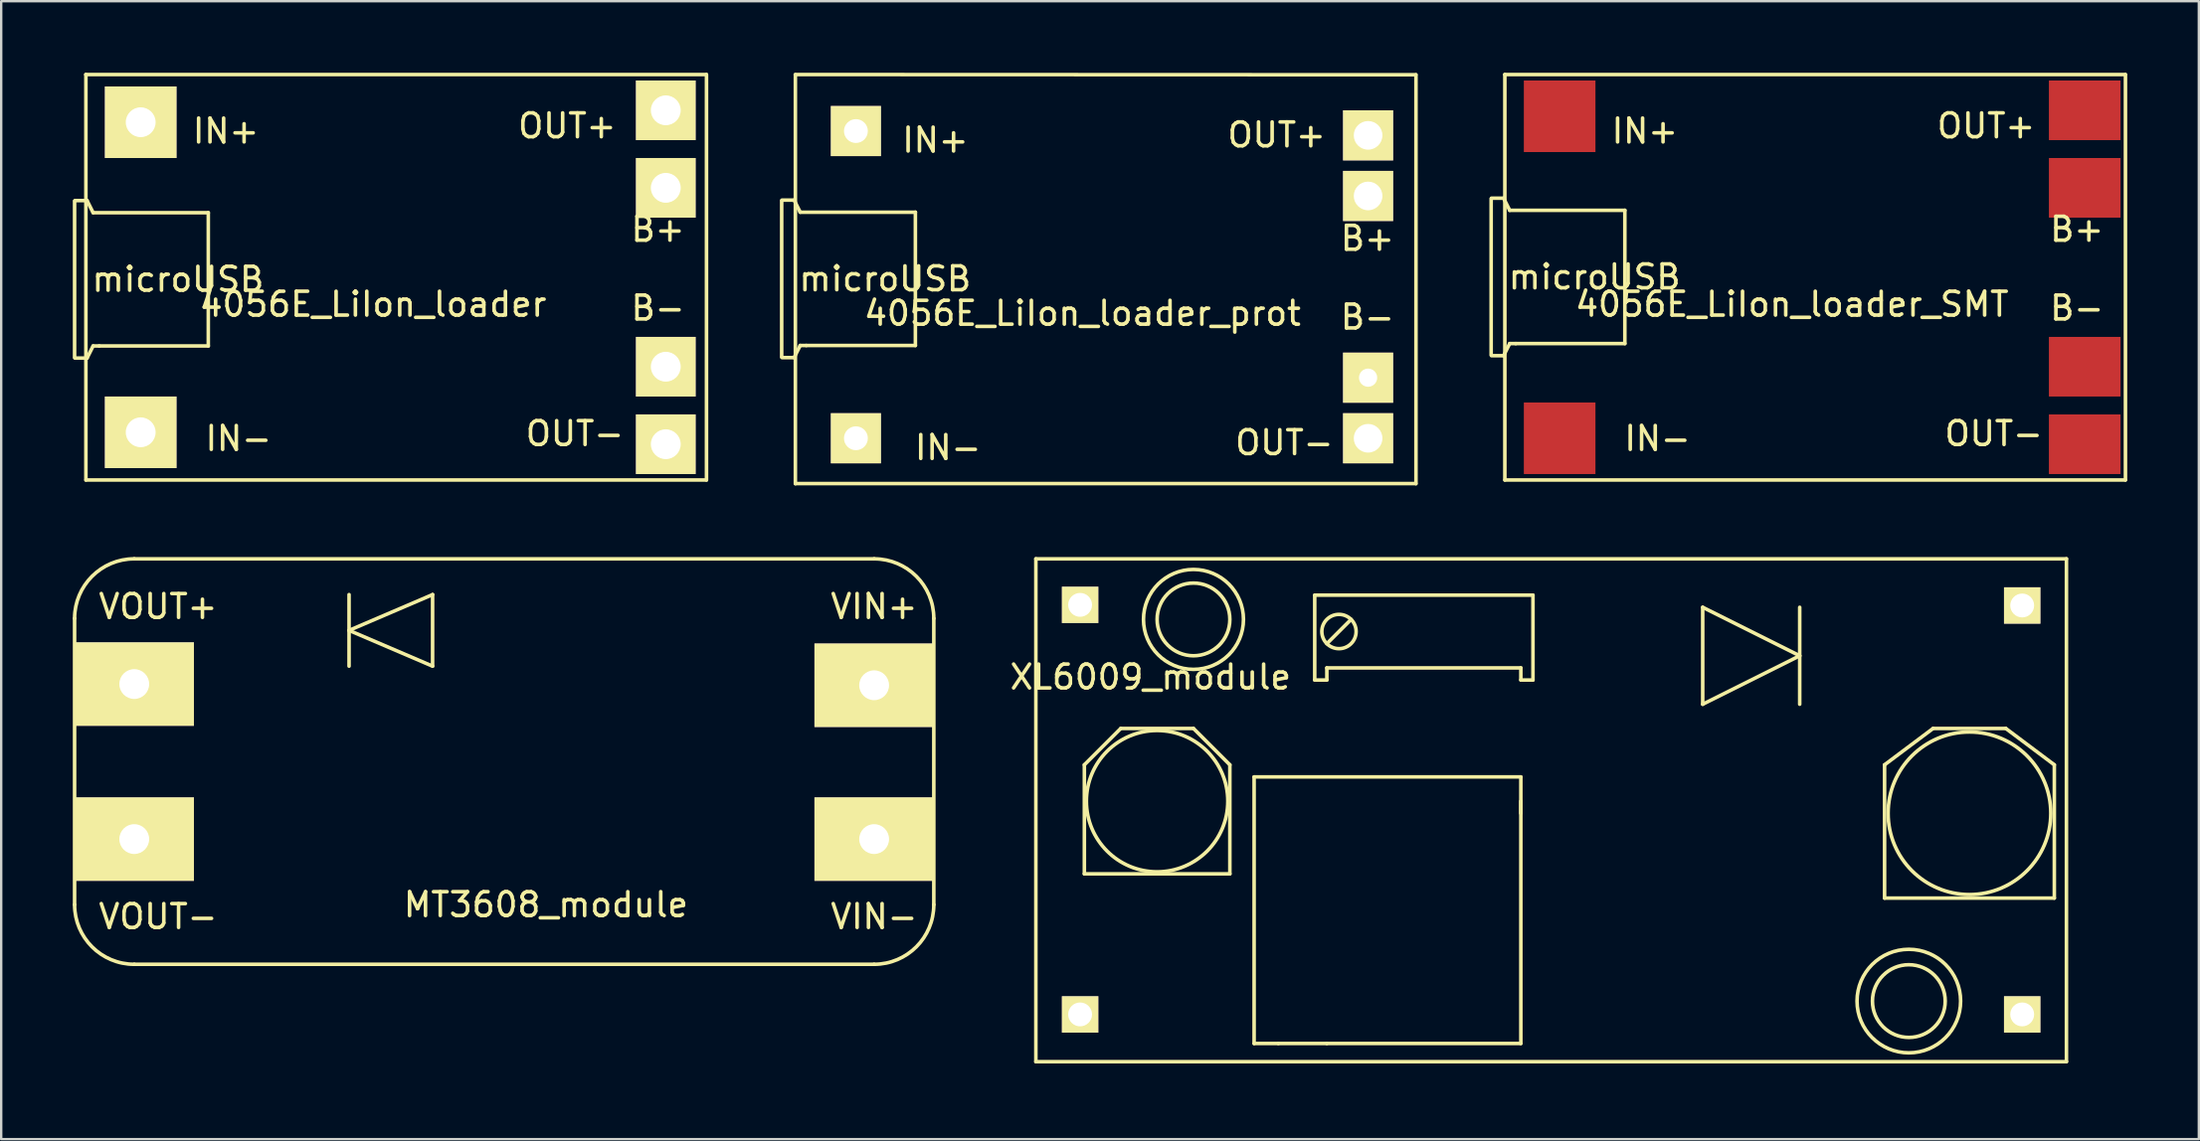
<source format=kicad_pcb>
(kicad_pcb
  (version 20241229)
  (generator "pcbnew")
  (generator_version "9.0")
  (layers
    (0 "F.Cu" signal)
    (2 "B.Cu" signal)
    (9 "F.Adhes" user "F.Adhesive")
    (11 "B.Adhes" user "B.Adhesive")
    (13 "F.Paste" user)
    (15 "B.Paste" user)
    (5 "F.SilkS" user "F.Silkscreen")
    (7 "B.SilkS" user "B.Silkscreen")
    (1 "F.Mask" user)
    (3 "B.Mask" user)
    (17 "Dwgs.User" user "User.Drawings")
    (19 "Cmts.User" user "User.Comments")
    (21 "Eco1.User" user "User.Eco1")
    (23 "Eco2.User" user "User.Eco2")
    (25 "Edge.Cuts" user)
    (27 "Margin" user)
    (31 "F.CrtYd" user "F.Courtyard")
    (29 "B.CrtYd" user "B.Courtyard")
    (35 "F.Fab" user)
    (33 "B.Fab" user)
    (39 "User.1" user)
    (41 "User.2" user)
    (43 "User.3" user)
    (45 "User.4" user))
  (footprint "4056E_LiIon_loader_prot"
    (layer "F.Cu")
    (at 43.571 8.955)
    (property "Reference" "4056E_LiIon_loader_prot" (at -1.266 1.13 0) (layer "F.SilkS") (effects (font (size 1 1) (thickness 0.15))))
    (attr through_hole)
    (fp_line (start -13.87 2.96) (end -13.87 -3.59) (stroke (width 0.15) (type solid)) (layer "F.SilkS"))
    (fp_line (start -13.856 -3.616) (end -13.348 -3.616) (stroke (width 0.15) (type solid)) (layer "F.SilkS"))
    (fp_line (start -13.856 2.988) (end -13.348 2.988) (stroke (width 0.15) (type solid)) (layer "F.SilkS"))
    (fp_line (start -13.348 -3.616) (end -13.094 -3.108) (stroke (width 0.15) (type solid)) (layer "F.SilkS"))
    (fp_line (start -13.348 2.988) (end -13.094 2.48) (stroke (width 0.15) (type solid)) (layer "F.SilkS"))
    (fp_line (start -13.3 -8.88) (end 12.7 -8.87) (stroke (width 0.15) (type solid)) (layer "F.SilkS"))
    (fp_line (start -13.296 8.275) (end -13.296 -8.87) (stroke (width 0.15) (type solid)) (layer "F.SilkS"))
    (fp_line (start -13.29 8.27) (end 12.7 8.27) (stroke (width 0.15) (type solid)) (layer "F.SilkS"))
    (fp_line (start -13.094 -3.108) (end -8.268 -3.108) (stroke (width 0.15) (type solid)) (layer "F.SilkS"))
    (fp_line (start -13.094 2.48) (end -12.84 2.48) (stroke (width 0.15) (type solid)) (layer "F.SilkS"))
    (fp_line (start -8.268 -3.108) (end -8.268 2.48) (stroke (width 0.15) (type solid)) (layer "F.SilkS"))
    (fp_line (start -8.268 2.48) (end -12.84 2.48) (stroke (width 0.15) (type solid)) (layer "F.SilkS"))
    (fp_line (start 12.706 -8.87) (end 12.706 8.275) (stroke (width 0.15) (type solid)) (layer "F.SilkS"))
    (fp_text user "OUT-" (at 7.19 6.556 0) (layer "F.SilkS") (effects (font (size 1 1) (thickness 0.15))))
    (fp_text user "B+" (at 10.674 -2.012 0) (layer "F.SilkS") (effects (font (size 1 1) (thickness 0.15))))
    (fp_text user "IN-" (at -6.9 6.76 0) (layer "F.SilkS") (effects (font (size 1 1) (thickness 0.15))))
    (fp_text user "IN+" (at -7.43 -6.13 0) (layer "F.SilkS") (effects (font (size 1 1) (thickness 0.15))))
    (fp_text user "microUSB" (at -9.538 -0.314 180) (layer "F.SilkS") (effects (font (size 1 1) (thickness 0.15))))
    (fp_text user "B-" (at 10.674 1.29 0) (layer "F.SilkS") (effects (font (size 1 1) (thickness 0.15))))
    (fp_text user "OUT+" (at 6.87 -6.348 0) (layer "F.SilkS") (effects (font (size 1 1) (thickness 0.15))))
    (pad "1" thru_hole rect (at -10.76 -6.51) (size 2.1 2.1) (drill 1) (layers "*.Cu" "*.Mask" "F.SilkS"))
    (pad "2" thru_hole rect (at -10.76 6.37) (size 2.1 2.1) (drill 1) (layers "*.Cu" "*.Mask" "F.SilkS"))
    (pad "3" thru_hole rect (at 10.7 -3.79) (size 2.1 2.1) (drill 1.2) (layers "*.Cu" "*.Mask" "F.SilkS"))
    (pad "4" thru_hole rect (at 10.7 3.83) (size 2.1 2.1) (drill 0.762) (layers "*.Cu" "*.Mask" "F.SilkS"))
    (pad "5" thru_hole rect (at 10.7 -6.33) (size 2.1 2.1) (drill 1.2) (layers "*.Cu" "*.Mask" "F.SilkS"))
    (pad "6" thru_hole rect (at 10.7 6.37) (size 2.1 2.1) (drill 1.2) (layers "*.Cu" "*.Mask" "F.SilkS")))
  (footprint "4056E_LiIon_loader"
    (layer "F.Cu")
    (at 13.845 8.575)
    (property "Reference" "4056E_LiIon_loader" (at -1.266 1.13 0) (layer "F.SilkS") (effects (font (size 1 1) (thickness 0.15))))
    (attr through_hole)
    (fp_line (start -13.77 3.36) (end -13.77 -3.19) (stroke (width 0.15) (type solid)) (layer "F.SilkS"))
    (fp_line (start -13.756 -3.216) (end -13.248 -3.216) (stroke (width 0.15) (type solid)) (layer "F.SilkS"))
    (fp_line (start -13.756 3.388) (end -13.248 3.388) (stroke (width 0.15) (type solid)) (layer "F.SilkS"))
    (fp_line (start -13.3 -8.5) (end 12.7 -8.5) (stroke (width 0.15) (type solid)) (layer "F.SilkS"))
    (fp_line (start -13.296 8.5) (end -13.296 -8.5) (stroke (width 0.15) (type solid)) (layer "F.SilkS"))
    (fp_line (start -13.29 8.5) (end 12.7 8.5) (stroke (width 0.15) (type solid)) (layer "F.SilkS"))
    (fp_line (start -13.248 -3.216) (end -12.994 -2.708) (stroke (width 0.15) (type solid)) (layer "F.SilkS"))
    (fp_line (start -13.248 3.388) (end -12.994 2.88) (stroke (width 0.15) (type solid)) (layer "F.SilkS"))
    (fp_line (start -12.994 -2.708) (end -8.168 -2.708) (stroke (width 0.15) (type solid)) (layer "F.SilkS"))
    (fp_line (start -12.994 2.88) (end -12.74 2.88) (stroke (width 0.15) (type solid)) (layer "F.SilkS"))
    (fp_line (start -8.168 -2.708) (end -8.168 2.88) (stroke (width 0.15) (type solid)) (layer "F.SilkS"))
    (fp_line (start -8.168 2.88) (end -12.74 2.88) (stroke (width 0.15) (type solid)) (layer "F.SilkS"))
    (fp_line (start 12.706 -8.5) (end 12.706 8.5) (stroke (width 0.15) (type solid)) (layer "F.SilkS"))
    (fp_text user "B-" (at 10.674 1.29 0) (layer "F.SilkS") (effects (font (size 1 1) (thickness 0.15))))
    (fp_text user "IN-" (at -6.9 6.76 0) (layer "F.SilkS") (effects (font (size 1 1) (thickness 0.15))))
    (fp_text user "OUT+" (at 6.87 -6.348 0) (layer "F.SilkS") (effects (font (size 1 1) (thickness 0.15))))
    (fp_text user "microUSB" (at -9.438 0.086 180) (layer "F.SilkS") (effects (font (size 1 1) (thickness 0.15))))
    (fp_text user "OUT-" (at 7.19 6.556 0) (layer "F.SilkS") (effects (font (size 1 1) (thickness 0.15))))
    (fp_text user "B+" (at 10.674 -2.012 0) (layer "F.SilkS") (effects (font (size 1 1) (thickness 0.15))))
    (fp_text user "IN+" (at -7.43 -6.13 0) (layer "F.SilkS") (effects (font (size 1 1) (thickness 0.15))))
    (pad "1" thru_hole rect (at -11 -6.5) (size 3 3) (drill 1.25) (layers "*.Cu" "*.Mask" "F.SilkS"))
    (pad "2" thru_hole rect (at -11 6.5) (size 3 3) (drill 1.25) (layers "*.Cu" "*.Mask" "F.SilkS"))
    (pad "3" thru_hole rect (at 11 -3.75) (size 2.5 2.5) (drill 1.25) (layers "*.Cu" "*.Mask" "F.SilkS"))
    (pad "4" thru_hole rect (at 11 3.75) (size 2.5 2.5) (drill 1.25) (layers "*.Cu" "*.Mask" "F.SilkS"))
    (pad "5" thru_hole rect (at 11 -7) (size 2.5 2.5) (drill 1.25) (layers "*.Cu" "*.Mask" "F.SilkS"))
    (pad "6" thru_hole rect (at 11 7) (size 2.5 2.5) (drill 1.25) (layers "*.Cu" "*.Mask" "F.SilkS")))
  (footprint "MT3608_module"
    (layer "F.Cu")
    (at 19.575 28.88)
    (property "Reference" "MT3608_module" (at 0.25 6 180) (layer "F.SilkS") (effects (font (size 1 1) (thickness 0.15))))
    (attr through_hole)
    (fp_line (start -19.5 -6) (end -19.5 6) (stroke (width 0.15) (type solid)) (layer "F.SilkS"))
    (fp_line (start -17 8.5) (end 14 8.5) (stroke (width 0.15) (type solid)) (layer "F.SilkS"))
    (fp_line (start -8 -7) (end -8 -4) (stroke (width 0.15) (type solid)) (layer "F.SilkS"))
    (fp_line (start -8 -5.5) (end -4.5 -7) (stroke (width 0.15) (type solid)) (layer "F.SilkS"))
    (fp_line (start -4.5 -7) (end -4.5 -4) (stroke (width 0.15) (type solid)) (layer "F.SilkS"))
    (fp_line (start -4.5 -4) (end -8 -5.5) (stroke (width 0.15) (type solid)) (layer "F.SilkS"))
    (fp_line (start 14 -8.5) (end -17 -8.5) (stroke (width 0.15) (type solid)) (layer "F.SilkS"))
    (fp_line (start 16.5 6) (end 16.5 -6) (stroke (width 0.15) (type solid)) (layer "F.SilkS"))
    (fp_arc (start -19.5 -6) (mid -18.767767 -7.767767) (end -17 -8.5) (stroke (width 0.15) (type solid)) (layer "F.SilkS"))
    (fp_arc (start -17 8.5) (mid -18.767767 7.767767) (end -19.5 6) (stroke (width 0.15) (type solid)) (layer "F.SilkS"))
    (fp_arc (start 14 -8.5) (mid 15.767767 -7.767767) (end 16.5 -6) (stroke (width 0.15) (type solid)) (layer "F.SilkS"))
    (fp_arc (start 16.5 6) (mid 15.767767 7.767767) (end 14 8.5) (stroke (width 0.15) (type solid)) (layer "F.SilkS"))
    (fp_text user "VIN-" (at 14 6.5 0) (layer "F.SilkS") (effects (font (size 1 1) (thickness 0.15))))
    (fp_text user "VIN+" (at 14 -6.5 0) (layer "F.SilkS") (effects (font (size 1 1) (thickness 0.15))))
    (fp_text user "VOUT-" (at -16 6.5 0) (layer "F.SilkS") (effects (font (size 1 1) (thickness 0.15))))
    (fp_text user "VOUT+" (at -16 -6.5 0) (layer "F.SilkS") (effects (font (size 1 1) (thickness 0.15))))
    (pad "1" thru_hole rect (at 14 -3.2 180) (size 5 3.5) (drill 1.25) (layers "*.Cu" "*.Mask" "F.SilkS"))
    (pad "2" thru_hole rect (at 14 3.25 180) (size 5 3.5) (drill 1.25) (layers "*.Cu" "*.Mask" "F.SilkS"))
    (pad "3" thru_hole rect (at -17 3.25 180) (size 5 3.5) (drill 1.25) (layers "*.Cu" "*.Mask" "F.SilkS"))
    (pad "4" thru_hole rect (at -17 -3.25 180) (size 5 3.5) (drill 1.25) (layers "*.Cu" "*.Mask" "F.SilkS")))
  (footprint "XL6009_module"
    (layer "F.Cu")
    (at 83.531 41.462)
    (property "Reference" "XL6009_module" (at -38.375 -16.125 0) (layer "F.SilkS") (effects (font (size 1 1) (thickness 0.15))))
    (attr through_hole)
    (fp_line (start -43.18 -21.082) (end 0 -21.082) (stroke (width 0.15) (type solid)) (layer "F.SilkS"))
    (fp_line (start -43.18 0) (end -43.18 -21.082) (stroke (width 0.15) (type solid)) (layer "F.SilkS"))
    (fp_line (start -41.148 -12.446) (end -41.148 -7.874) (stroke (width 0.15) (type solid)) (layer "F.SilkS"))
    (fp_line (start -41.148 -7.874) (end -35.052 -7.874) (stroke (width 0.15) (type solid)) (layer "F.SilkS"))
    (fp_line (start -39.624 -13.97) (end -41.148 -12.446) (stroke (width 0.15) (type solid)) (layer "F.SilkS"))
    (fp_line (start -36.576 -13.97) (end -39.624 -13.97) (stroke (width 0.15) (type solid)) (layer "F.SilkS"))
    (fp_line (start -35.052 -12.446) (end -36.576 -13.97) (stroke (width 0.15) (type solid)) (layer "F.SilkS"))
    (fp_line (start -35.052 -7.874) (end -35.052 -12.446) (stroke (width 0.15) (type solid)) (layer "F.SilkS"))
    (fp_line (start -34.036 -11.938) (end -22.86 -11.938) (stroke (width 0.15) (type solid)) (layer "F.SilkS"))
    (fp_line (start -34.036 -0.762) (end -34.036 -11.938) (stroke (width 0.15) (type solid)) (layer "F.SilkS"))
    (fp_line (start -33.02 -0.762) (end -34.036 -0.762) (stroke (width 0.15) (type solid)) (layer "F.SilkS"))
    (fp_line (start -31.496 -19.558) (end -31.496 -16.002) (stroke (width 0.15) (type solid)) (layer "F.SilkS"))
    (fp_line (start -31.496 -16.002) (end -30.988 -16.002) (stroke (width 0.15) (type solid)) (layer "F.SilkS"))
    (fp_line (start -30.988 -17.526) (end -29.972 -18.542) (stroke (width 0.15) (type solid)) (layer "F.SilkS"))
    (fp_line (start -30.988 -16.51) (end -22.86 -16.51) (stroke (width 0.15) (type solid)) (layer "F.SilkS"))
    (fp_line (start -30.988 -16.002) (end -30.988 -16.51) (stroke (width 0.15) (type solid)) (layer "F.SilkS"))
    (fp_line (start -30.988 -0.762) (end -33.02 -0.762) (stroke (width 0.15) (type solid)) (layer "F.SilkS"))
    (fp_line (start -22.86 -16.51) (end -22.86 -16.002) (stroke (width 0.15) (type solid)) (layer "F.SilkS"))
    (fp_line (start -22.86 -16.002) (end -22.352 -16.002) (stroke (width 0.15) (type solid)) (layer "F.SilkS"))
    (fp_line (start -22.86 -11.938) (end -22.86 -10.414) (stroke (width 0.15) (type solid)) (layer "F.SilkS"))
    (fp_line (start -22.86 -10.922) (end -22.86 -0.762) (stroke (width 0.15) (type solid)) (layer "F.SilkS"))
    (fp_line (start -22.86 -0.762) (end -30.988 -0.762) (stroke (width 0.15) (type solid)) (layer "F.SilkS"))
    (fp_line (start -22.352 -19.558) (end -31.496 -19.558) (stroke (width 0.15) (type solid)) (layer "F.SilkS"))
    (fp_line (start -22.352 -16.002) (end -22.352 -19.558) (stroke (width 0.15) (type solid)) (layer "F.SilkS"))
    (fp_line (start -15.24 -19.05) (end -15.24 -14.986) (stroke (width 0.15) (type solid)) (layer "F.SilkS"))
    (fp_line (start -15.24 -14.986) (end -11.176 -17.018) (stroke (width 0.15) (type solid)) (layer "F.SilkS"))
    (fp_line (start -11.176 -19.05) (end -11.176 -14.986) (stroke (width 0.15) (type solid)) (layer "F.SilkS"))
    (fp_line (start -11.176 -17.018) (end -15.24 -19.05) (stroke (width 0.15) (type solid)) (layer "F.SilkS"))
    (fp_line (start -7.62 -12.446) (end -5.588 -13.97) (stroke (width 0.15) (type solid)) (layer "F.SilkS"))
    (fp_line (start -7.62 -6.858) (end -7.62 -12.446) (stroke (width 0.15) (type solid)) (layer "F.SilkS"))
    (fp_line (start -5.588 -13.97) (end -2.54 -13.97) (stroke (width 0.15) (type solid)) (layer "F.SilkS"))
    (fp_line (start -2.54 -13.97) (end -0.508 -12.446) (stroke (width 0.15) (type solid)) (layer "F.SilkS"))
    (fp_line (start -0.508 -12.446) (end -0.508 -6.858) (stroke (width 0.15) (type solid)) (layer "F.SilkS"))
    (fp_line (start -0.508 -6.858) (end -7.62 -6.858) (stroke (width 0.15) (type solid)) (layer "F.SilkS"))
    (fp_line (start 0 0) (end -43.18 0) (stroke (width 0.15) (type solid)) (layer "F.SilkS"))
    (fp_line (start 0 0) (end 0 -21.082) (stroke (width 0.15) (type solid)) (layer "F.SilkS"))
    (fp_circle (center -38.1 -10.922) (end -35.56 -12.446) (stroke (width 0.15) (type solid)) (fill no) (layer "F.SilkS"))
    (fp_circle (center -36.576 -18.542) (end -37.084 -20.574) (stroke (width 0.15) (type solid)) (fill no) (layer "F.SilkS"))
    (fp_circle (center -36.576 -18.542) (end -36.576 -20.066) (stroke (width 0.15) (type solid)) (fill no) (layer "F.SilkS"))
    (fp_circle (center -30.48 -18.034) (end -29.972 -18.542) (stroke (width 0.15) (type solid)) (fill no) (layer "F.SilkS"))
    (fp_circle (center -6.604 -2.54) (end -6.604 -1.016) (stroke (width 0.15) (type solid)) (fill no) (layer "F.SilkS"))
    (fp_circle (center -6.604 -2.54) (end -5.842 -0.508) (stroke (width 0.15) (type solid)) (fill no) (layer "F.SilkS"))
    (fp_circle (center -4.064 -10.414) (end -1.016 -11.938) (stroke (width 0.15) (type solid)) (fill no) (layer "F.SilkS"))
    (pad "1" thru_hole rect (at -41.326 -19.152) (size 1.524 1.524) (drill 1) (layers "*.Cu" "*.Mask" "F.SilkS"))
    (pad "2" thru_hole rect (at -41.326 -1.981) (size 1.524 1.524) (drill 1) (layers "*.Cu" "*.Mask" "F.SilkS"))
    (pad "3" thru_hole rect (at -1.854 -1.981) (size 1.524 1.524) (drill 1) (layers "*.Cu" "*.Mask" "F.SilkS"))
    (pad "4" thru_hole rect (at -1.854 -19.126) (size 1.524 1.524) (drill 1) (layers "*.Cu" "*.Mask" "F.SilkS")))
  (footprint "4056E_LiIon_loader_SMT"
    (layer "F.Cu")
    (at 73.297 8.575)
    (property "Reference" "4056E_LiIon_loader_SMT" (at -1.266 1.13 0) (layer "F.SilkS") (effects (font (size 1 1) (thickness 0.15))))
    (attr through_hole)
    (fp_line (start -13.87 3.26) (end -13.87 -3.29) (stroke (width 0.15) (type solid)) (layer "F.SilkS"))
    (fp_line (start -13.856 -3.316) (end -13.348 -3.316) (stroke (width 0.15) (type solid)) (layer "F.SilkS"))
    (fp_line (start -13.856 3.288) (end -13.348 3.288) (stroke (width 0.15) (type solid)) (layer "F.SilkS"))
    (fp_line (start -13.348 -3.316) (end -13.094 -2.808) (stroke (width 0.15) (type solid)) (layer "F.SilkS"))
    (fp_line (start -13.348 3.288) (end -13.094 2.78) (stroke (width 0.15) (type solid)) (layer "F.SilkS"))
    (fp_line (start -13.3 -8.5) (end 12.7 -8.5) (stroke (width 0.15) (type solid)) (layer "F.SilkS"))
    (fp_line (start -13.296 8.5) (end -13.296 -8.5) (stroke (width 0.15) (type solid)) (layer "F.SilkS"))
    (fp_line (start -13.29 8.5) (end 12.7 8.5) (stroke (width 0.15) (type solid)) (layer "F.SilkS"))
    (fp_line (start -13.094 -2.808) (end -8.268 -2.808) (stroke (width 0.15) (type solid)) (layer "F.SilkS"))
    (fp_line (start -13.094 2.78) (end -12.84 2.78) (stroke (width 0.15) (type solid)) (layer "F.SilkS"))
    (fp_line (start -8.268 -2.808) (end -8.268 2.78) (stroke (width 0.15) (type solid)) (layer "F.SilkS"))
    (fp_line (start -8.268 2.78) (end -12.84 2.78) (stroke (width 0.15) (type solid)) (layer "F.SilkS"))
    (fp_line (start 12.706 -8.5) (end 12.706 8.5) (stroke (width 0.15) (type solid)) (layer "F.SilkS"))
    (fp_text user "microUSB" (at -9.538 -0.014 180) (layer "F.SilkS") (effects (font (size 1 1) (thickness 0.15))))
    (fp_text user "B+" (at 10.674 -2.012 0) (layer "F.SilkS") (effects (font (size 1 1) (thickness 0.15))))
    (fp_text user "IN-" (at -6.9 6.76 0) (layer "F.SilkS") (effects (font (size 1 1) (thickness 0.15))))
    (fp_text user "IN+" (at -7.43 -6.13 0) (layer "F.SilkS") (effects (font (size 1 1) (thickness 0.15))))
    (fp_text user "OUT+" (at 6.87 -6.348 0) (layer "F.SilkS") (effects (font (size 1 1) (thickness 0.15))))
    (fp_text user "B-" (at 10.674 1.29 0) (layer "F.SilkS") (effects (font (size 1 1) (thickness 0.15))))
    (fp_text user "OUT-" (at 7.19 6.556 0) (layer "F.SilkS") (effects (font (size 1 1) (thickness 0.15))))
    (pad "1" smd rect (at -11 -6.75) (size 3 3) (layers "F.Cu" "F.Mask" "F.Paste"))
    (pad "2" smd rect (at -11 6.75) (size 3 3) (layers "F.Cu" "F.Mask" "F.Paste"))
    (pad "3" smd rect (at 11 -3.75) (size 3 2.5) (layers "F.Cu" "F.Mask" "F.Paste"))
    (pad "4" smd rect (at 11 3.75) (size 3 2.5) (layers "F.Cu" "F.Mask" "F.Paste"))
    (pad "5" smd rect (at 11 -7) (size 3 2.5) (layers "F.Cu" "F.Mask" "F.Paste"))
    (pad "6" smd rect (at 11 7) (size 3 2.5) (layers "F.Cu" "F.Mask" "F.Paste")))
  (gr_rect
    (start -3 -3)
    (end 89.078 44.712)
    (stroke (width 0.1) (type default))
    (fill no)
    (layer "Edge.Cuts")))
</source>
